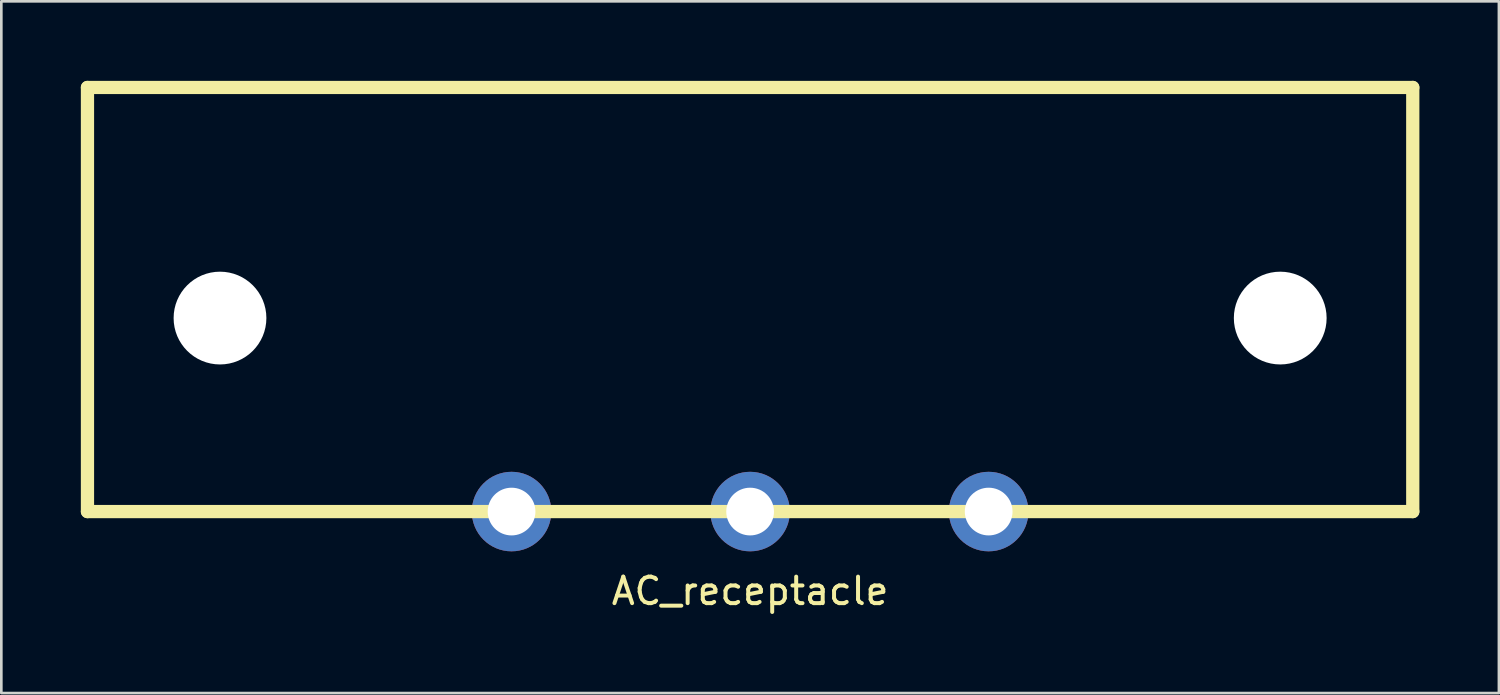
<source format=kicad_pcb>
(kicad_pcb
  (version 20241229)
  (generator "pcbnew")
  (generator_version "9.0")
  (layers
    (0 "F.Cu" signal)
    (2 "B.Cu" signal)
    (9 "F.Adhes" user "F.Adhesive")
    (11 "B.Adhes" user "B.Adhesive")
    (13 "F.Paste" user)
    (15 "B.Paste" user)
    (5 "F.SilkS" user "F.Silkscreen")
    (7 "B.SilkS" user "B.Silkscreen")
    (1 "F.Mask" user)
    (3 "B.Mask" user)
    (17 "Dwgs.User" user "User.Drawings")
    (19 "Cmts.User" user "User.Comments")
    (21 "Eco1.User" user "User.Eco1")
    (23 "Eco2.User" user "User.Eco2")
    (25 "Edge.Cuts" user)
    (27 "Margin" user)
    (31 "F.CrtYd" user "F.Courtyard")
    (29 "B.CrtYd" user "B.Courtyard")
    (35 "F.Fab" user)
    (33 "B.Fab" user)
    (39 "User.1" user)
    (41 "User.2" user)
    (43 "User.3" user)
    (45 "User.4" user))
  (footprint "AC_receptacle"
    (layer "F.Cu")
    (at 25.25 16.25)
    (property "Reference" "AC_receptacle" (at 0 3 0) (layer "F.SilkS") (effects (font (size 1 1) (thickness 0.15))))
    (attr through_hole)
    (fp_line (start -25 -16) (end -25 0) (stroke (width 0.5) (type solid)) (layer "F.SilkS"))
    (fp_line (start -25 -16) (end 25 -16) (stroke (width 0.5) (type solid)) (layer "F.SilkS"))
    (fp_line (start -25 0) (end 25 0) (stroke (width 0.5) (type solid)) (layer "F.SilkS"))
    (fp_line (start 25 0) (end 25 -16) (stroke (width 0.5) (type solid)) (layer "F.SilkS"))
    (pad "" np_thru_hole circle (at -20 -7.3) (size 3.5 3.5) (drill 3.5) (layers "*.Cu" "*.Mask"))
    (pad "" np_thru_hole circle (at 20 -7.3) (size 3.5 3.5) (drill 3.5) (layers "*.Cu" "*.Mask"))
    (pad "1" thru_hole circle (at 9 0) (size 3 3) (drill 1.8) (layers "*.Cu" "*.Mask"))
    (pad "2" thru_hole circle (at -9 0) (size 3 3) (drill 1.8) (layers "*.Cu" "*.Mask"))
    (pad "3" thru_hole circle (at 0 0) (size 3 3) (drill 1.8) (layers "*.Cu" "*.Mask")))
  (gr_rect
    (start -3 -3)
    (end 53.5 23.098)
    (stroke (width 0.1) (type default))
    (fill no)
    (layer "Edge.Cuts")))
</source>
